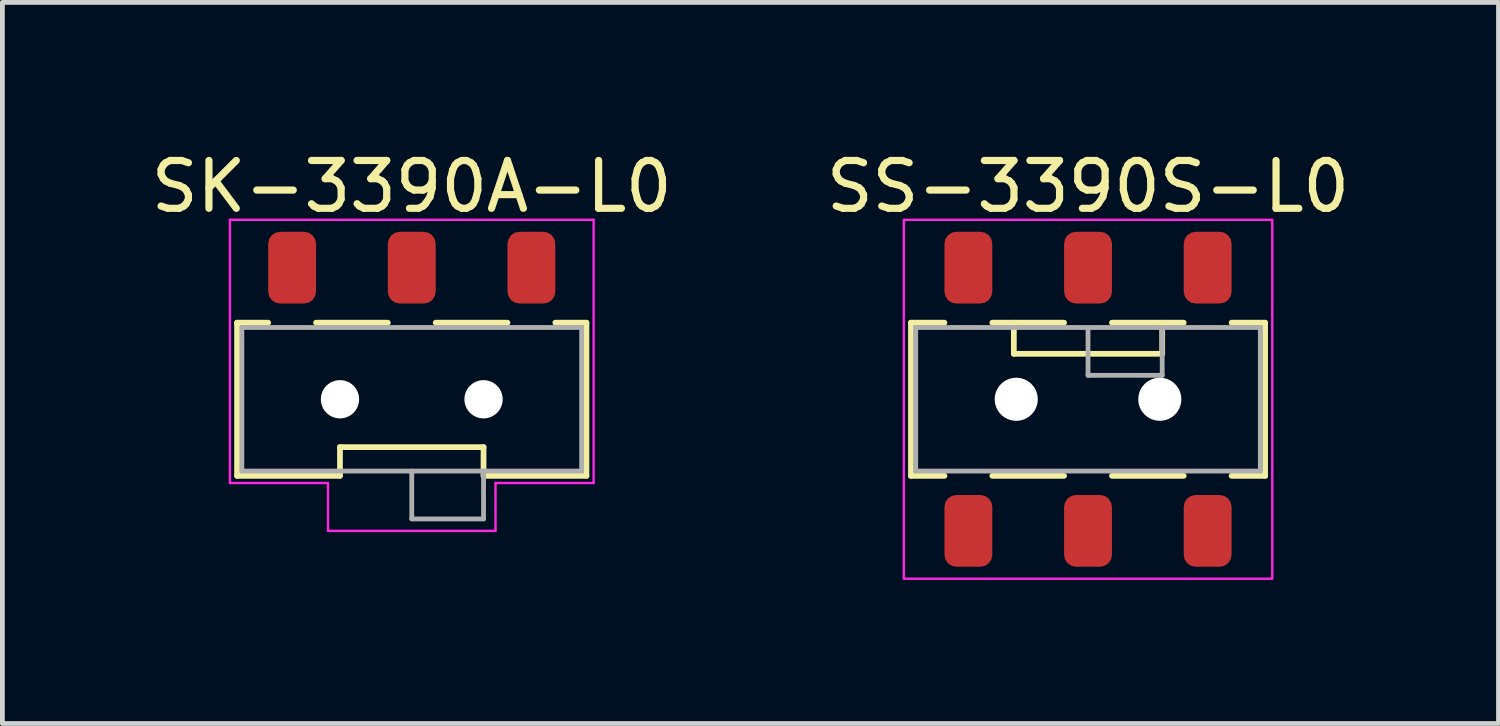
<source format=kicad_pcb>
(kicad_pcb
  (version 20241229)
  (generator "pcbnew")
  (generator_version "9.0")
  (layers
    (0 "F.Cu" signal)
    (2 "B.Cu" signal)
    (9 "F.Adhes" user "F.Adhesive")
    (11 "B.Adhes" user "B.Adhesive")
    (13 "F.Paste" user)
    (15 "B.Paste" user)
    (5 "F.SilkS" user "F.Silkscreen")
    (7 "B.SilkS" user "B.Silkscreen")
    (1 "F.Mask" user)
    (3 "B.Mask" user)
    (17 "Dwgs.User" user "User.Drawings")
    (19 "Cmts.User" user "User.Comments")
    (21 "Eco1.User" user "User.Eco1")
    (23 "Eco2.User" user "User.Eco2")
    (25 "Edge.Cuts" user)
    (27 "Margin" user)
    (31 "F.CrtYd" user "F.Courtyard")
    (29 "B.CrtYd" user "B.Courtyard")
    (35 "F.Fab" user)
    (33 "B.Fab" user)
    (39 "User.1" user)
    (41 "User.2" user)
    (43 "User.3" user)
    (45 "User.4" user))
  (footprint "SK-3390A-L0"
    (layer "F.Cu")
    (at 5.554 5.293)
    (property "Reference" "SK-3390A-L0" (at 0 -4.445 0) (unlocked yes) (layer "F.SilkS") (effects (font (size 1 1) (thickness 0.15))))
    (attr smd)
    (fp_line (start -3.65 -1.6) (end -3 -1.6) (stroke (width 0.12) (type solid)) (layer "F.SilkS"))
    (fp_line (start -3.65 1.6) (end -3.65 -1.6) (stroke (width 0.12) (type solid)) (layer "F.SilkS"))
    (fp_line (start -2 -1.6) (end -0.5 -1.6) (stroke (width 0.12) (type solid)) (layer "F.SilkS"))
    (fp_line (start -1.5 1) (end -1.5 1.6) (stroke (width 0.12) (type solid)) (layer "F.SilkS"))
    (fp_line (start -1.5 1.6) (end -3.65 1.6) (stroke (width 0.12) (type solid)) (layer "F.SilkS"))
    (fp_line (start 0.5 -1.6) (end 2 -1.6) (stroke (width 0.12) (type solid)) (layer "F.SilkS"))
    (fp_line (start 1.5 1) (end -1.5 1) (stroke (width 0.12) (type solid)) (layer "F.SilkS"))
    (fp_line (start 1.5 1) (end 1.5 1.6) (stroke (width 0.12) (type solid)) (layer "F.SilkS"))
    (fp_line (start 1.5 1.6) (end 3.65 1.6) (stroke (width 0.12) (type solid)) (layer "F.SilkS"))
    (fp_line (start 3 -1.6) (end 3.65 -1.6) (stroke (width 0.12) (type solid)) (layer "F.SilkS"))
    (fp_line (start 3.65 -1.6) (end 3.65 1.6) (stroke (width 0.12) (type solid)) (layer "F.SilkS"))
    (fp_line (start -3.8 -3.75) (end -3.8 1.75) (stroke (width 0.05) (type solid)) (layer "F.CrtYd"))
    (fp_line (start -3.8 1.75) (end -1.75 1.75) (stroke (width 0.05) (type solid)) (layer "F.CrtYd"))
    (fp_line (start -1.75 1.75) (end -1.75 2.75) (stroke (width 0.05) (type solid)) (layer "F.CrtYd"))
    (fp_line (start -1.75 2.75) (end 1.75 2.75) (stroke (width 0.05) (type solid)) (layer "F.CrtYd"))
    (fp_line (start 1.75 1.75) (end 3.8 1.75) (stroke (width 0.05) (type solid)) (layer "F.CrtYd"))
    (fp_line (start 1.75 2.75) (end 1.75 1.75) (stroke (width 0.05) (type solid)) (layer "F.CrtYd"))
    (fp_line (start 3.8 -3.75) (end -3.8 -3.75) (stroke (width 0.05) (type solid)) (layer "F.CrtYd"))
    (fp_line (start 3.8 1.75) (end 3.8 -3.75) (stroke (width 0.05) (type solid)) (layer "F.CrtYd"))
    (fp_line (start -3.55 1.5) (end -3.55 -1.5) (stroke (width 0.1) (type solid)) (layer "F.Fab"))
    (fp_line (start 0 2.5) (end 0 1.5) (stroke (width 0.1) (type solid)) (layer "F.Fab"))
    (fp_line (start 1.5 2.5) (end 0 2.5) (stroke (width 0.1) (type solid)) (layer "F.Fab"))
    (fp_line (start 1.5 2.5) (end 1.5 1.5) (stroke (width 0.1) (type solid)) (layer "F.Fab"))
    (fp_line (start 3.55 -1.5) (end -3.55 -1.5) (stroke (width 0.1) (type solid)) (layer "F.Fab"))
    (fp_line (start 3.55 -1.5) (end 3.55 1.5) (stroke (width 0.1) (type solid)) (layer "F.Fab"))
    (fp_line (start 3.55 1.5) (end -3.55 1.5) (stroke (width 0.1) (type solid)) (layer "F.Fab"))
    (pad "" np_thru_hole circle (at -1.5 0) (size 0.8 0.8) (drill 0.8) (layers "*.Cu" "*.Mask"))
    (pad "" np_thru_hole circle (at 1.5 0) (size 0.8 0.8) (drill 0.8) (layers "*.Cu" "*.Mask"))
    (pad "1" smd roundrect (at -2.5 -2.75) (size 1 1.5) (layers "F.Cu" "F.Mask" "F.Paste") (roundrect_rratio 0.25))
    (pad "2" smd roundrect (at 0 -2.75) (size 1 1.5) (layers "F.Cu" "F.Mask" "F.Paste") (roundrect_rratio 0.25))
    (pad "3" smd roundrect (at 2.5 -2.75) (size 1 1.5) (layers "F.Cu" "F.Mask" "F.Paste") (roundrect_rratio 0.25)))
  (footprint "SS-3390S-L0"
    (layer "F.Cu")
    (at 19.685 5.293)
    (property "Reference" "SS-3390S-L0" (at 0 -4.445 0) (unlocked yes) (layer "F.SilkS") (effects (font (size 1 1) (thickness 0.15))))
    (attr smd)
    (fp_line (start -3.7 -1.6) (end -3 -1.6) (stroke (width 0.12) (type solid)) (layer "F.SilkS"))
    (fp_line (start -3.7 1.6) (end -3.7 -1.6) (stroke (width 0.12) (type solid)) (layer "F.SilkS"))
    (fp_line (start -3.7 1.6) (end -3 1.6) (stroke (width 0.12) (type solid)) (layer "F.SilkS"))
    (fp_line (start -1.55 -0.95) (end -1.55 -1.6) (stroke (width 0.12) (type solid)) (layer "F.SilkS"))
    (fp_line (start -1.55 -0.95) (end 1.55 -0.95) (stroke (width 0.12) (type solid)) (layer "F.SilkS"))
    (fp_line (start -0.5 -1.6) (end -2 -1.6) (stroke (width 0.12) (type solid)) (layer "F.SilkS"))
    (fp_line (start -0.5 1.6) (end -2 1.6) (stroke (width 0.12) (type solid)) (layer "F.SilkS"))
    (fp_line (start 1.55 -0.95) (end 1.55 -1.6) (stroke (width 0.12) (type solid)) (layer "F.SilkS"))
    (fp_line (start 2 -1.6) (end 0.5 -1.6) (stroke (width 0.12) (type solid)) (layer "F.SilkS"))
    (fp_line (start 2 1.6) (end 0.5 1.6) (stroke (width 0.12) (type solid)) (layer "F.SilkS"))
    (fp_line (start 3.7 -1.6) (end 3 -1.6) (stroke (width 0.12) (type solid)) (layer "F.SilkS"))
    (fp_line (start 3.7 -1.6) (end 3.7 1.6) (stroke (width 0.12) (type solid)) (layer "F.SilkS"))
    (fp_line (start 3.7 1.6) (end 3 1.6) (stroke (width 0.12) (type solid)) (layer "F.SilkS"))
    (fp_rect (start -3.85 -3.75) (end 3.85 3.75) (stroke (width 0.05) (type solid)) (fill no) (layer "F.CrtYd"))
    (fp_line (start -3.6 1.5) (end -3.6 -1.5) (stroke (width 0.1) (type solid)) (layer "F.Fab"))
    (fp_line (start -3.6 1.5) (end 3.6 1.5) (stroke (width 0.1) (type solid)) (layer "F.Fab"))
    (fp_line (start 0 -1.5) (end 0 -0.5) (stroke (width 0.1) (type solid)) (layer "F.Fab"))
    (fp_line (start 0 -0.5) (end 1.55 -0.5) (stroke (width 0.1) (type solid)) (layer "F.Fab"))
    (fp_line (start 1.55 -0.5) (end 1.55 -1.5) (stroke (width 0.1) (type solid)) (layer "F.Fab"))
    (fp_line (start 3.6 -1.5) (end -3.6 -1.5) (stroke (width 0.1) (type solid)) (layer "F.Fab"))
    (fp_line (start 3.6 -1.5) (end 3.6 1.5) (stroke (width 0.1) (type solid)) (layer "F.Fab"))
    (pad "" np_thru_hole circle (at -1.5 0) (size 0.9 0.9) (drill 0.9) (layers "*.Cu" "*.Mask"))
    (pad "" np_thru_hole circle (at 1.5 0) (size 0.9 0.9) (drill 0.9) (layers "*.Cu" "*.Mask"))
    (pad "1" smd roundrect (at -2.5 -2.75) (size 1 1.5) (layers "F.Cu" "F.Mask" "F.Paste") (roundrect_rratio 0.25))
    (pad "2" smd roundrect (at 0 -2.75) (size 1 1.5) (layers "F.Cu" "F.Mask" "F.Paste") (roundrect_rratio 0.25))
    (pad "3" smd roundrect (at 2.5 -2.75) (size 1 1.5) (layers "F.Cu" "F.Mask" "F.Paste") (roundrect_rratio 0.25))
    (pad "4" smd roundrect (at -2.5 2.75) (size 1 1.5) (layers "F.Cu" "F.Mask" "F.Paste") (roundrect_rratio 0.25))
    (pad "5" smd roundrect (at 0 2.75) (size 1 1.5) (layers "F.Cu" "F.Mask" "F.Paste") (roundrect_rratio 0.25))
    (pad "6" smd roundrect (at 2.5 2.75) (size 1 1.5) (layers "F.Cu" "F.Mask" "F.Paste") (roundrect_rratio 0.25)))
  (gr_rect
    (start -3 -3)
    (end 28.262 12.068)
    (stroke (width 0.1) (type default))
    (fill no)
    (layer "Edge.Cuts")))
</source>
